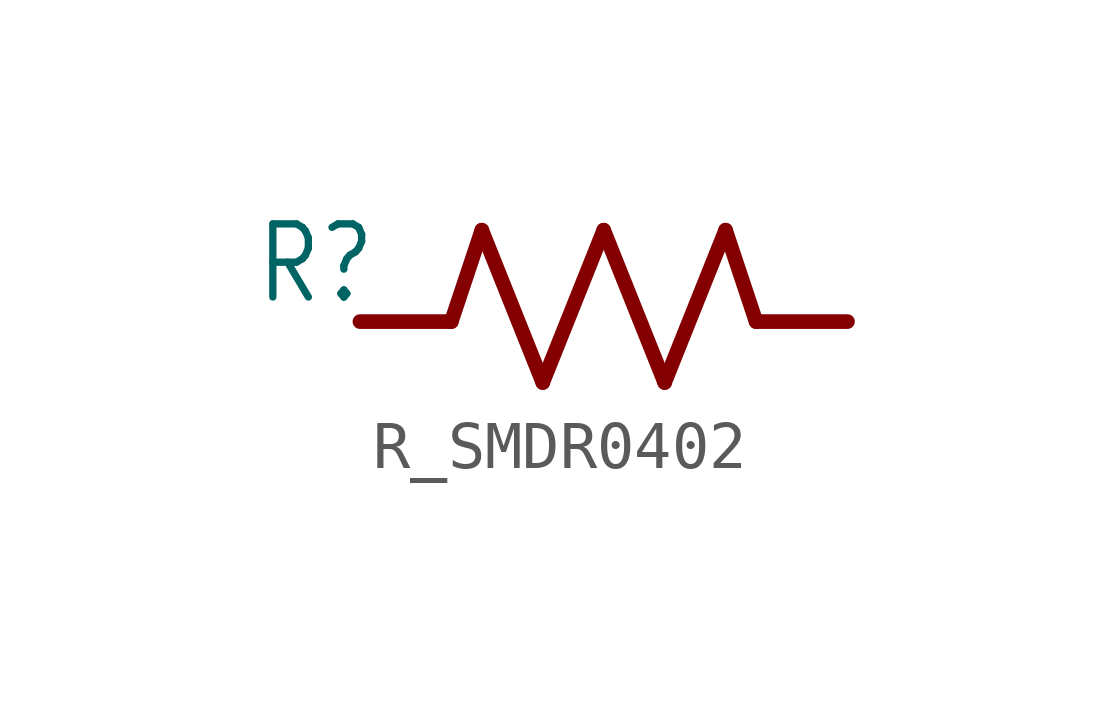
<source format=kicad_sym>
(kicad_symbol_lib
  (version 20231120)
  (generator "kicad_symbol_editor")
  (generator_version "8.0")
  (symbol "R_SMDR0402"
    (property "Reference" "R"
      (at -7.303 0.318 0)
      (effects (font (size 1.524 1.295)) (justify left bottom)))
    (property "Value" ""
      (at 3.334 0.318 0)
      (effects (font (size 1.524 1.295)) (justify left bottom)))
    (property "ki_locked" ""
      (at 0 0 0)
      (effects (font (size 1.27 1.27))))
    (symbol "R_SMDR0402_1_0"
      (polyline (pts (xy -3.175 0) (xy -5.08 0)) (stroke (width 0.305) (type solid)) (fill (type none)))
      (polyline (pts (xy -2.54 1.905) (xy -3.175 0)) (stroke (width 0.305) (type solid)) (fill (type none)))
      (polyline (pts (xy -2.54 1.905) (xy -1.27 -1.27)) (stroke (width 0.305) (type solid)) (fill (type none)))
      (polyline (pts (xy -1.27 -1.27) (xy 0 1.905)) (stroke (width 0.305) (type solid)) (fill (type none)))
      (polyline (pts (xy 0 1.905) (xy 1.27 -1.27)) (stroke (width 0.305) (type solid)) (fill (type none)))
      (polyline (pts (xy 1.27 -1.27) (xy 2.54 1.905)) (stroke (width 0.305) (type solid)) (fill (type none)))
      (polyline (pts (xy 2.54 1.905) (xy 3.175 0)) (stroke (width 0.305) (type solid)) (fill (type none)))
      (polyline (pts (xy 3.175 0) (xy 5.08 0)) (stroke (width 0.305) (type solid)) (fill (type none)))
      (pin passive line (at -5.08 0 0) (length 0) (name "1" (effects (font (size 0 0)))) (number "P$1" (effects (font (size 0 0)))))
      (pin passive line (at 5.08 0 180) (length 0) (name "2" (effects (font (size 0 0)))) (number "P$2" (effects (font (size 0 0))))))))
</source>
